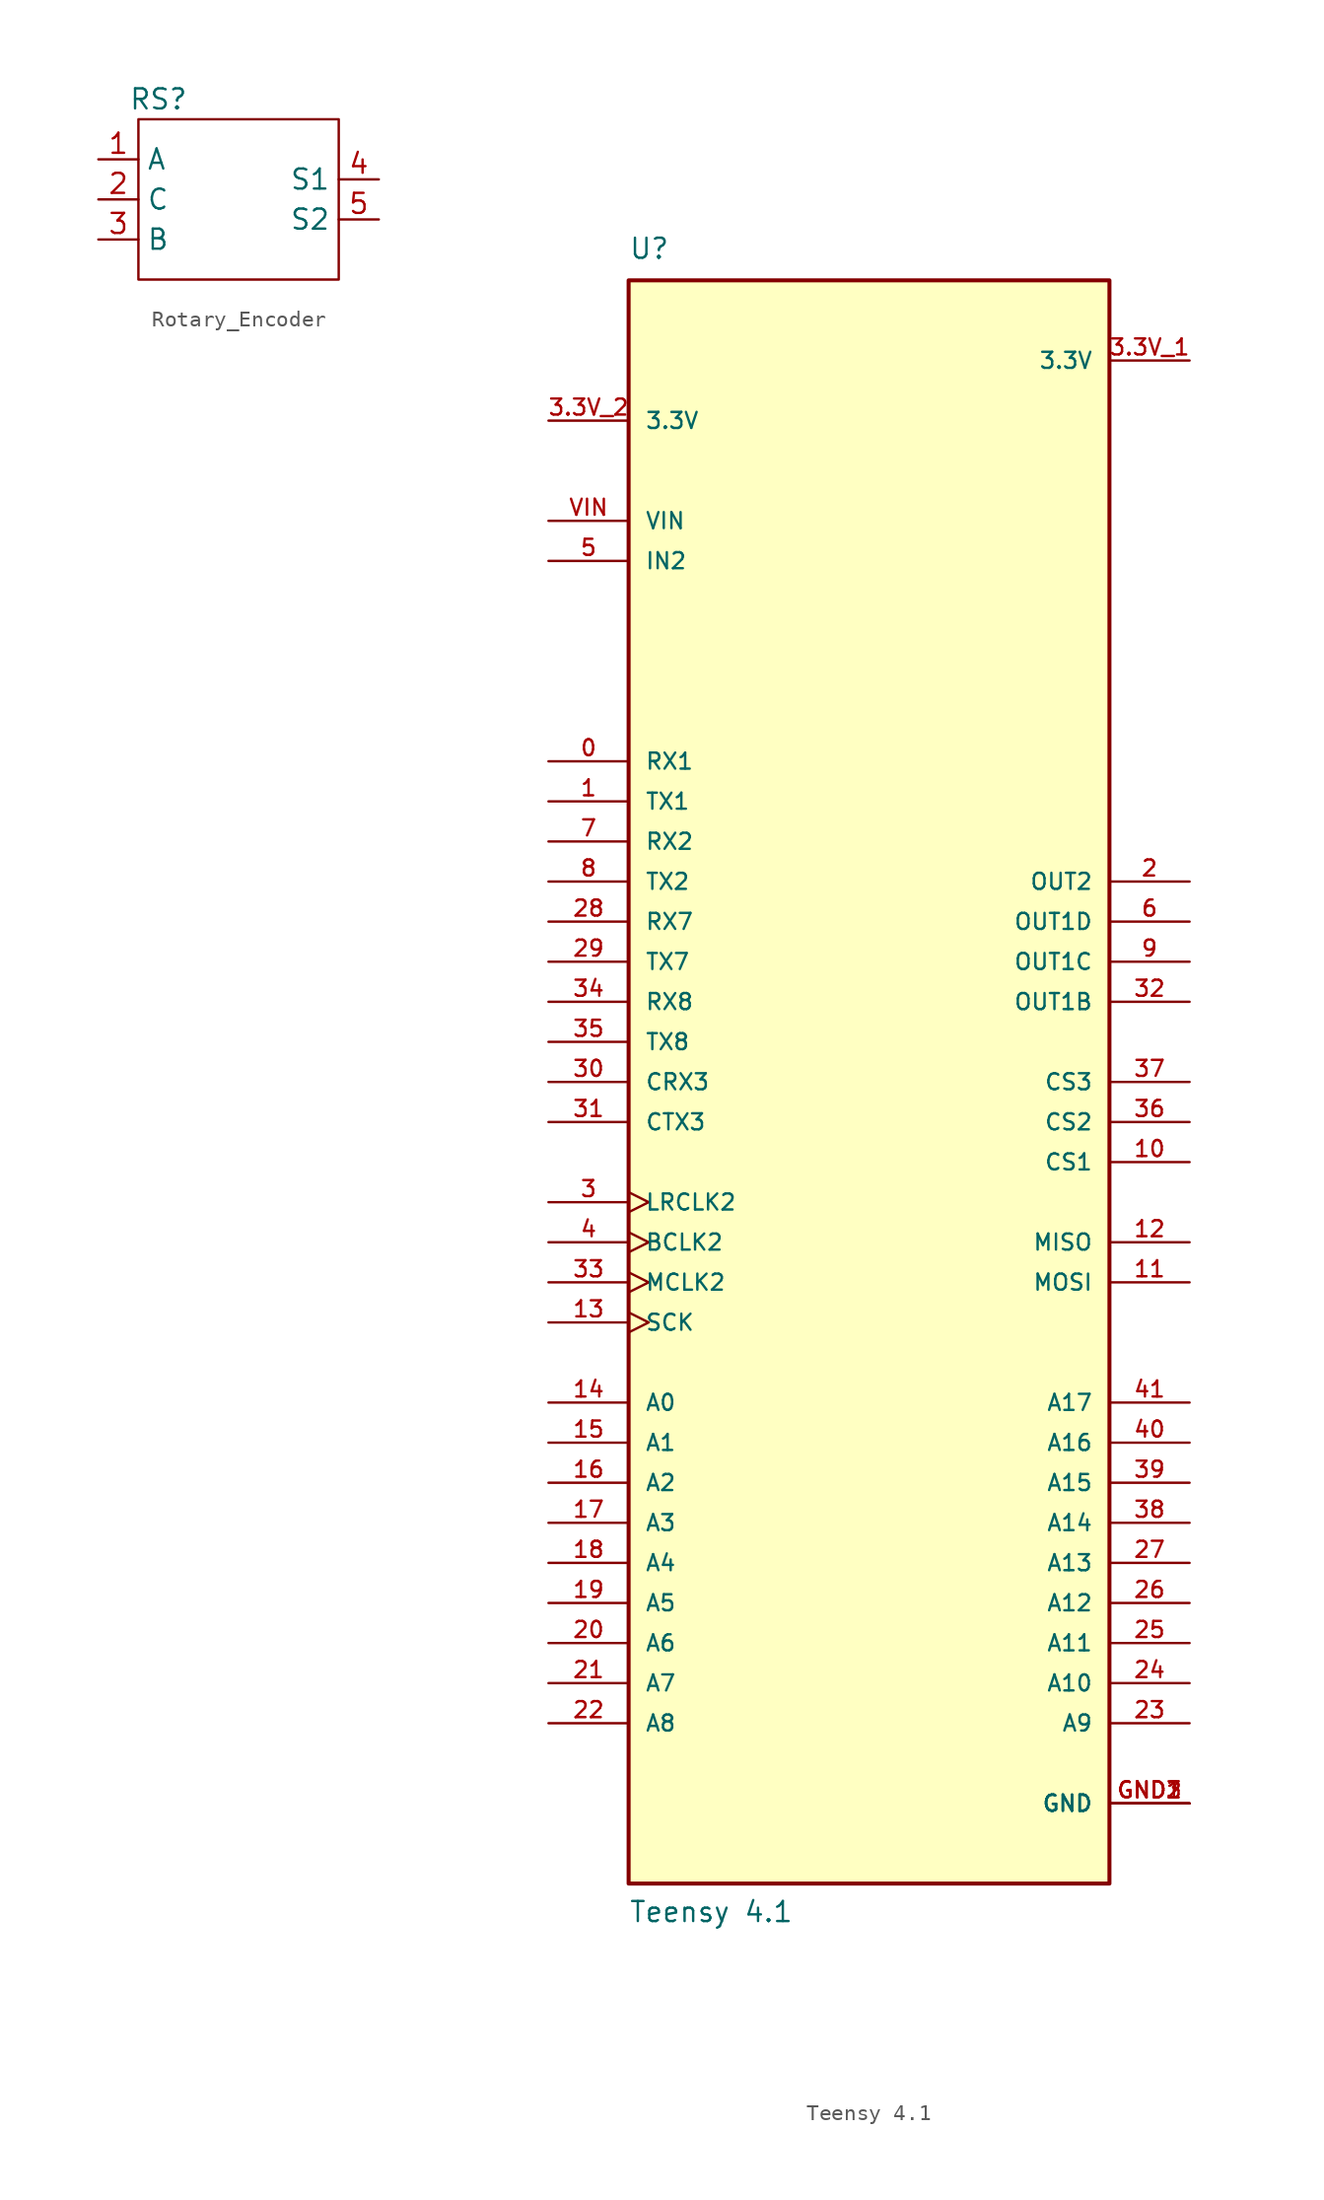
<source format=kicad_sym>
(kicad_symbol_lib
  (version 20220914)
  (generator kicad_symbol_editor)
  (symbol "Rotary_Encoder"
    (property "Reference" "RS"
      (at -5.08 6.35 0)
      (effects (font (size 1.27 1.27))))
    (property "Value" ""
      (at -7.62 -5.08 0)
      (effects (font (size 1.27 1.27))))
    (symbol "Rotary_Encoder_0_1"
      (rectangle (start -6.35 5.08) (end 6.35 -5.08) (stroke (width 0) (type default)) (fill (type none))))
    (symbol "Rotary_Encoder_1_1"
      (pin input line (at -8.89 2.54 0) (length 2.54) (name "A" (effects (font (size 1.27 1.27)))) (number "1" (effects (font (size 1.27 1.27)))))
      (pin input line (at -8.89 0 0) (length 2.54) (name "C" (effects (font (size 1.27 1.27)))) (number "2" (effects (font (size 1.27 1.27)))))
      (pin input line (at -8.89 -2.54 0) (length 2.54) (name "B" (effects (font (size 1.27 1.27)))) (number "3" (effects (font (size 1.27 1.27)))))
      (pin input line (at 8.89 1.27 180) (length 2.54) (name "S1" (effects (font (size 1.27 1.27)))) (number "4" (effects (font (size 1.27 1.27)))))
      (pin input line (at 8.89 -1.27 180) (length 2.54) (name "S2" (effects (font (size 1.27 1.27)))) (number "5" (effects (font (size 1.27 1.27)))))))
  (symbol "Teensy 4.1"
    (pin_names
      (offset 1.016))
    (property "Reference" "U"
      (at -15.24 52.07 0)
      (effects (font (size 1.27 1.27)) (justify left bottom)))
    (property "Value" "Teensy 4.1"
      (at -15.24 -53.34 0)
      (effects (font (size 1.27 1.27)) (justify left bottom)))
    (symbol "Teensy 4.1_0_0"
      (rectangle (start -15.24 50.8) (end 15.24 -50.8) (stroke (width 0.254) (type default)) (fill (type background)))
      (pin bidirectional line (at -20.32 20.32 0) (length 5.08) (name "RX1" (effects (font (size 1.016 1.016)))) (number "0" (effects (font (size 1.016 1.016)))))
      (pin bidirectional line (at -20.32 17.78 0) (length 5.08) (name "TX1" (effects (font (size 1.016 1.016)))) (number "1" (effects (font (size 1.016 1.016)))))
      (pin bidirectional line (at 20.32 -5.08 180) (length 5.08) (name "CS1" (effects (font (size 1.016 1.016)))) (number "10" (effects (font (size 1.016 1.016)))))
      (pin bidirectional line (at 20.32 -12.7 180) (length 5.08) (name "MOSI" (effects (font (size 1.016 1.016)))) (number "11" (effects (font (size 1.016 1.016)))))
      (pin bidirectional line (at 20.32 -10.16 180) (length 5.08) (name "MISO" (effects (font (size 1.016 1.016)))) (number "12" (effects (font (size 1.016 1.016)))))
      (pin bidirectional clock (at -20.32 -15.24 0) (length 5.08) (name "SCK" (effects (font (size 1.016 1.016)))) (number "13" (effects (font (size 1.016 1.016)))))
      (pin bidirectional line (at -20.32 -20.32 0) (length 5.08) (name "A0" (effects (font (size 1.016 1.016)))) (number "14" (effects (font (size 1.016 1.016)))))
      (pin bidirectional line (at -20.32 -22.86 0) (length 5.08) (name "A1" (effects (font (size 1.016 1.016)))) (number "15" (effects (font (size 1.016 1.016)))))
      (pin bidirectional line (at -20.32 -25.4 0) (length 5.08) (name "A2" (effects (font (size 1.016 1.016)))) (number "16" (effects (font (size 1.016 1.016)))))
      (pin bidirectional line (at -20.32 -27.94 0) (length 5.08) (name "A3" (effects (font (size 1.016 1.016)))) (number "17" (effects (font (size 1.016 1.016)))))
      (pin bidirectional line (at -20.32 -30.48 0) (length 5.08) (name "A4" (effects (font (size 1.016 1.016)))) (number "18" (effects (font (size 1.016 1.016)))))
      (pin bidirectional line (at -20.32 -33.02 0) (length 5.08) (name "A5" (effects (font (size 1.016 1.016)))) (number "19" (effects (font (size 1.016 1.016)))))
      (pin output line (at 20.32 12.7 180) (length 5.08) (name "OUT2" (effects (font (size 1.016 1.016)))) (number "2" (effects (font (size 1.016 1.016)))))
      (pin bidirectional line (at -20.32 -35.56 0) (length 5.08) (name "A6" (effects (font (size 1.016 1.016)))) (number "20" (effects (font (size 1.016 1.016)))))
      (pin bidirectional line (at -20.32 -38.1 0) (length 5.08) (name "A7" (effects (font (size 1.016 1.016)))) (number "21" (effects (font (size 1.016 1.016)))))
      (pin bidirectional line (at -20.32 -40.64 0) (length 5.08) (name "A8" (effects (font (size 1.016 1.016)))) (number "22" (effects (font (size 1.016 1.016)))))
      (pin bidirectional line (at 20.32 -40.64 180) (length 5.08) (name "A9" (effects (font (size 1.016 1.016)))) (number "23" (effects (font (size 1.016 1.016)))))
      (pin bidirectional line (at 20.32 -38.1 180) (length 5.08) (name "A10" (effects (font (size 1.016 1.016)))) (number "24" (effects (font (size 1.016 1.016)))))
      (pin bidirectional line (at 20.32 -35.56 180) (length 5.08) (name "A11" (effects (font (size 1.016 1.016)))) (number "25" (effects (font (size 1.016 1.016)))))
      (pin bidirectional line (at 20.32 -33.02 180) (length 5.08) (name "A12" (effects (font (size 1.016 1.016)))) (number "26" (effects (font (size 1.016 1.016)))))
      (pin bidirectional line (at 20.32 -30.48 180) (length 5.08) (name "A13" (effects (font (size 1.016 1.016)))) (number "27" (effects (font (size 1.016 1.016)))))
      (pin bidirectional line (at -20.32 10.16 0) (length 5.08) (name "RX7" (effects (font (size 1.016 1.016)))) (number "28" (effects (font (size 1.016 1.016)))))
      (pin bidirectional line (at -20.32 7.62 0) (length 5.08) (name "TX7" (effects (font (size 1.016 1.016)))) (number "29" (effects (font (size 1.016 1.016)))))
      (pin bidirectional clock (at -20.32 -7.62 0) (length 5.08) (name "LRCLK2" (effects (font (size 1.016 1.016)))) (number "3" (effects (font (size 1.016 1.016)))))
      (pin power_in line (at 20.32 45.72 180) (length 5.08) (name "3.3V" (effects (font (size 1.016 1.016)))) (number "3.3V_1" (effects (font (size 1.016 1.016)))))
      (pin power_in line (at -20.32 41.91 0) (length 5.08) (name "3.3V" (effects (font (size 1.016 1.016)))) (number "3.3V_2" (effects (font (size 1.016 1.016)))))
      (pin bidirectional line (at -20.32 0 0) (length 5.08) (name "CRX3" (effects (font (size 1.016 1.016)))) (number "30" (effects (font (size 1.016 1.016)))))
      (pin bidirectional line (at -20.32 -2.54 0) (length 5.08) (name "CTX3" (effects (font (size 1.016 1.016)))) (number "31" (effects (font (size 1.016 1.016)))))
      (pin output line (at 20.32 5.08 180) (length 5.08) (name "OUT1B" (effects (font (size 1.016 1.016)))) (number "32" (effects (font (size 1.016 1.016)))))
      (pin bidirectional clock (at -20.32 -12.7 0) (length 5.08) (name "MCLK2" (effects (font (size 1.016 1.016)))) (number "33" (effects (font (size 1.016 1.016)))))
      (pin bidirectional line (at -20.32 5.08 0) (length 5.08) (name "RX8" (effects (font (size 1.016 1.016)))) (number "34" (effects (font (size 1.016 1.016)))))
      (pin bidirectional line (at -20.32 2.54 0) (length 5.08) (name "TX8" (effects (font (size 1.016 1.016)))) (number "35" (effects (font (size 1.016 1.016)))))
      (pin bidirectional line (at 20.32 -2.54 180) (length 5.08) (name "CS2" (effects (font (size 1.016 1.016)))) (number "36" (effects (font (size 1.016 1.016)))))
      (pin bidirectional line (at 20.32 0 180) (length 5.08) (name "CS3" (effects (font (size 1.016 1.016)))) (number "37" (effects (font (size 1.016 1.016)))))
      (pin bidirectional line (at 20.32 -27.94 180) (length 5.08) (name "A14" (effects (font (size 1.016 1.016)))) (number "38" (effects (font (size 1.016 1.016)))))
      (pin bidirectional line (at 20.32 -25.4 180) (length 5.08) (name "A15" (effects (font (size 1.016 1.016)))) (number "39" (effects (font (size 1.016 1.016)))))
      (pin bidirectional clock (at -20.32 -10.16 0) (length 5.08) (name "BCLK2" (effects (font (size 1.016 1.016)))) (number "4" (effects (font (size 1.016 1.016)))))
      (pin bidirectional line (at 20.32 -22.86 180) (length 5.08) (name "A16" (effects (font (size 1.016 1.016)))) (number "40" (effects (font (size 1.016 1.016)))))
      (pin bidirectional line (at 20.32 -20.32 180) (length 5.08) (name "A17" (effects (font (size 1.016 1.016)))) (number "41" (effects (font (size 1.016 1.016)))))
      (pin bidirectional line (at -20.32 33.02 0) (length 5.08) (name "IN2" (effects (font (size 1.016 1.016)))) (number "5" (effects (font (size 1.016 1.016)))))
      (pin output line (at 20.32 10.16 180) (length 5.08) (name "OUT1D" (effects (font (size 1.016 1.016)))) (number "6" (effects (font (size 1.016 1.016)))))
      (pin bidirectional line (at -20.32 15.24 0) (length 5.08) (name "RX2" (effects (font (size 1.016 1.016)))) (number "7" (effects (font (size 1.016 1.016)))))
      (pin bidirectional line (at -20.32 12.7 0) (length 5.08) (name "TX2" (effects (font (size 1.016 1.016)))) (number "8" (effects (font (size 1.016 1.016)))))
      (pin output line (at 20.32 7.62 180) (length 5.08) (name "OUT1C" (effects (font (size 1.016 1.016)))) (number "9" (effects (font (size 1.016 1.016)))))
      (pin power_in line (at 20.32 -45.72 180) (length 5.08) (name "GND" (effects (font (size 1.016 1.016)))) (number "GND1" (effects (font (size 1.016 1.016)))))
      (pin power_in line (at 20.32 -45.72 180) (length 5.08) (name "GND" (effects (font (size 1.016 1.016)))) (number "GND2" (effects (font (size 1.016 1.016)))))
      (pin power_in line (at 20.32 -45.72 180) (length 5.08) (name "GND" (effects (font (size 1.016 1.016)))) (number "GND3" (effects (font (size 1.016 1.016)))))
      (pin input line (at -20.32 35.56 0) (length 5.08) (name "VIN" (effects (font (size 1.016 1.016)))) (number "VIN" (effects (font (size 1.016 1.016))))))))
</source>
